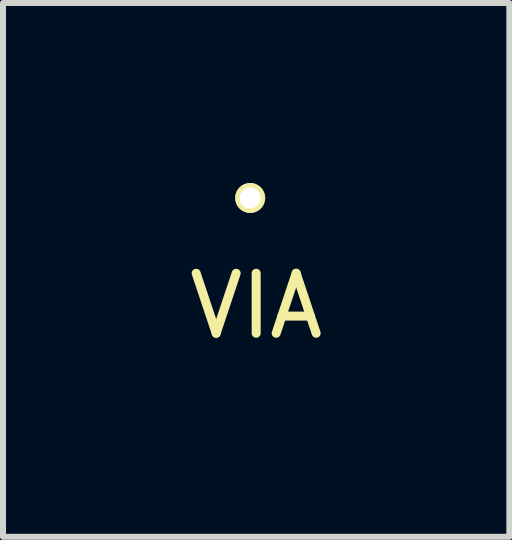
<source format=kicad_pcb>
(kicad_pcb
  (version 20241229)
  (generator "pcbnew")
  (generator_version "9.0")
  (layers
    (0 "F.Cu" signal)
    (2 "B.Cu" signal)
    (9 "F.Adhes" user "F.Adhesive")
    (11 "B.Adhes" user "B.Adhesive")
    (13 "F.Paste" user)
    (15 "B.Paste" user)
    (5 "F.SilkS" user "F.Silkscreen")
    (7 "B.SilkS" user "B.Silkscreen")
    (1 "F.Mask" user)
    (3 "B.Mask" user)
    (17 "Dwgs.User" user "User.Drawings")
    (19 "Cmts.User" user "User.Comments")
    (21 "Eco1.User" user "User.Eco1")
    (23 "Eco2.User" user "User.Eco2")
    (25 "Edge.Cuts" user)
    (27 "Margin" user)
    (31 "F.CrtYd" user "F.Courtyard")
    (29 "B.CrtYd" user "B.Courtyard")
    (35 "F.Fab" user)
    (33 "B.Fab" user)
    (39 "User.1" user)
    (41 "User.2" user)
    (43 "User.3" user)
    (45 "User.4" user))
  (footprint "VIA"
    (layer "F.Cu")
    (at 1.12 0.25)
    (property "Reference" "VIA" (at 0.1 1.8 0) (layer "F.SilkS") (effects (font (size 1 1) (thickness 0.15))))
    (attr through_hole)
    (pad "1" thru_hole circle (at 0 0) (size 0.5 0.5) (drill 0.35) (layers "*.Cu" "*.Mask" "F.SilkS")))
  (gr_rect
    (start -3 -3)
    (end 5.44 5.898)
    (stroke (width 0.1) (type default))
    (fill no)
    (layer "Edge.Cuts")))
</source>
